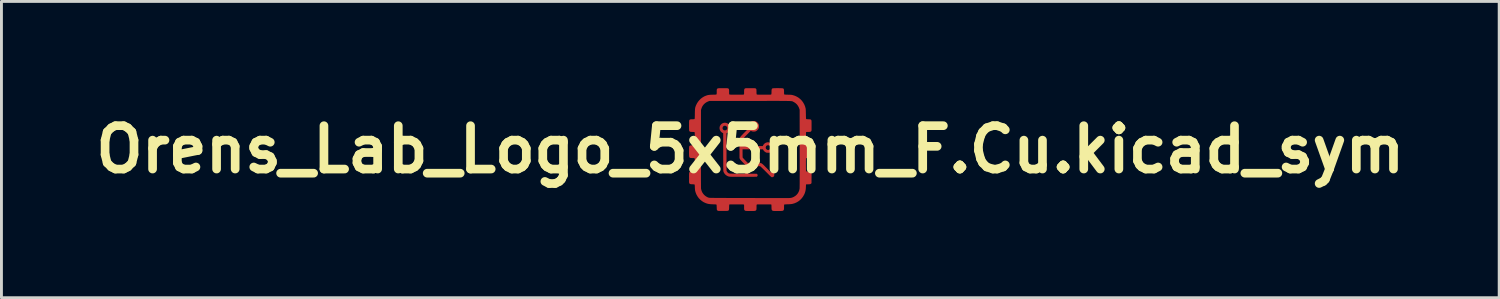
<source format=kicad_pcb>
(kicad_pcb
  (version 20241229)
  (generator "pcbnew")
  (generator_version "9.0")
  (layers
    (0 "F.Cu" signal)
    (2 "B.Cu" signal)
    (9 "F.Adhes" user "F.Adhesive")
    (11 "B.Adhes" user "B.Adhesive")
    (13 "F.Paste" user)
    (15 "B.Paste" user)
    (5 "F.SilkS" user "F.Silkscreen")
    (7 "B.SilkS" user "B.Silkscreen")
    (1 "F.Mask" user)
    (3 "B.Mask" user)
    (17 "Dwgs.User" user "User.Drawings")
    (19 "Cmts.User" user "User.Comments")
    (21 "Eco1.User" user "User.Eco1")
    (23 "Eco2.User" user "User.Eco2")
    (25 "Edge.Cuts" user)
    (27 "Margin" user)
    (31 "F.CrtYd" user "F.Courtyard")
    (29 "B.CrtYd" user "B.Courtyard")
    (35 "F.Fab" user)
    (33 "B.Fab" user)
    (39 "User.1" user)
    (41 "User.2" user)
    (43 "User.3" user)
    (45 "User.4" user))
  (footprint "Orens_Lab_Logo_5x5mm_F.Cu.kicad_sym"
    (layer "F.Cu")
    (at 22.907 2.12)
    (property "Reference" "Orens_Lab_Logo_5x5mm_F.Cu.kicad_sym" (at 0 0 0) (layer "F.SilkS") (effects (font (size 1.5 1.5) (thickness 0.3))))
    (attr board_only exclude_from_pos_files exclude_from_bom)
    (fp_poly (pts (xy 0.14 -0.984) (xy 0.157 -0.982) (xy 0.17 -0.979) (xy 0.184 -0.974) (xy 0.196 -0.968) (xy 0.231 -0.946) (xy 0.261 -0.916) (xy 0.284 -0.882) (xy 0.287 -0.875) (xy 0.294 -0.86) (xy 0.298 -0.846) (xy 0.3 -0.83) (xy 0.3 -0.809) (xy 0.3 -0.801) (xy 0.3 -0.777) (xy 0.298 -0.76) (xy 0.295 -0.746) (xy 0.289 -0.731) (xy 0.286 -0.724) (xy 0.267 -0.693) (xy 0.241 -0.665) (xy 0.211 -0.641) (xy 0.192 -0.631) (xy 0.176 -0.624) (xy 0.162 -0.62) (xy 0.145 -0.619) (xy 0.122 -0.618) (xy 0.12 -0.618) (xy 0.095 -0.619) (xy 0.076 -0.621) (xy 0.059 -0.626) (xy 0.045 -0.631) (xy 0.014 -0.644) (xy -0.121 -0.507) (xy -0.156 -0.472) (xy -0.186 -0.441) (xy -0.212 -0.413) (xy -0.234 -0.39) (xy -0.249 -0.372) (xy -0.259 -0.36) (xy -0.262 -0.355) (xy -0.265 -0.343) (xy -0.266 -0.322) (xy -0.268 -0.291) (xy -0.268 -0.251) (xy -0.268 -0.228) (xy -0.269 -0.117) (xy 0.082 -0.117) (xy 0.432 -0.117) (xy 0.441 -0.139) (xy 0.456 -0.166) (xy 0.478 -0.191) (xy 0.504 -0.214) (xy 0.531 -0.23) (xy 0.568 -0.243) (xy 0.608 -0.249) (xy 0.647 -0.246) (xy 0.666 -0.242) (xy 0.7 -0.227) (xy 0.732 -0.204) (xy 0.759 -0.175) (xy 0.78 -0.14) (xy 0.794 -0.103) (xy 0.799 -0.064) (xy 0.795 -0.026) (xy 0.782 0.01) (xy 0.762 0.043) (xy 0.735 0.072) (xy 0.701 0.096) (xy 0.69 0.102) (xy 0.675 0.108) (xy 0.662 0.112) (xy 0.647 0.114) (xy 0.626 0.115) (xy 0.613 0.115) (xy 0.589 0.114) (xy 0.572 0.113) (xy 0.559 0.111) (xy 0.546 0.106) (xy 0.535 0.1) (xy 0.51 0.085) (xy 0.485 0.065) (xy 0.464 0.042) (xy 0.449 0.02) (xy 0.447 0.016) (xy 0.438 -0.005) (xy 0.084 -0.005) (xy -0.269 -0.005) (xy -0.268 0.136) (xy -0.266 0.277) (xy -0.252 0.295) (xy -0.245 0.304) (xy -0.231 0.318) (xy -0.214 0.337) (xy -0.193 0.359) (xy -0.171 0.382) (xy -0.165 0.388) (xy -0.092 0.463) (xy 0.128 0.465) (xy 0.183 0.466) (xy 0.229 0.466) (xy 0.267 0.467) (xy 0.298 0.468) (xy 0.323 0.469) (xy 0.343 0.471) (xy 0.359 0.473) (xy 0.373 0.476) (xy 0.383 0.48) (xy 0.393 0.485) (xy 0.403 0.491) (xy 0.413 0.498) (xy 0.418 0.501) (xy 0.426 0.509) (xy 0.441 0.522) (xy 0.461 0.541) (xy 0.485 0.564) (xy 0.511 0.591) (xy 0.54 0.62) (xy 0.571 0.651) (xy 0.576 0.657) (xy 0.606 0.687) (xy 0.634 0.715) (xy 0.659 0.74) (xy 0.68 0.762) (xy 0.697 0.778) (xy 0.71 0.79) (xy 0.716 0.795) (xy 0.717 0.795) (xy 0.718 0.794) (xy 0.72 0.787) (xy 0.721 0.775) (xy 0.722 0.756) (xy 0.722 0.731) (xy 0.723 0.697) (xy 0.723 0.655) (xy 0.723 0.649) (xy 0.723 0.604) (xy 0.723 0.567) (xy 0.724 0.538) (xy 0.725 0.516) (xy 0.727 0.5) (xy 0.73 0.488) (xy 0.735 0.48) (xy 0.74 0.475) (xy 0.748 0.471) (xy 0.756 0.468) (xy 0.779 0.466) (xy 0.8 0.471) (xy 0.817 0.484) (xy 0.821 0.49) (xy 0.823 0.494) (xy 0.825 0.499) (xy 0.827 0.506) (xy 0.828 0.516) (xy 0.829 0.529) (xy 0.829 0.547) (xy 0.83 0.571) (xy 0.83 0.601) (xy 0.83 0.638) (xy 0.83 0.684) (xy 0.83 0.705) (xy 0.83 0.756) (xy 0.83 0.798) (xy 0.83 0.832) (xy 0.829 0.859) (xy 0.828 0.88) (xy 0.828 0.895) (xy 0.826 0.906) (xy 0.825 0.914) (xy 0.823 0.92) (xy 0.823 0.92) (xy 0.81 0.938) (xy 0.791 0.951) (xy 0.769 0.959) (xy 0.747 0.96) (xy 0.728 0.955) (xy 0.725 0.953) (xy 0.719 0.948) (xy 0.707 0.937) (xy 0.689 0.92) (xy 0.666 0.898) (xy 0.64 0.872) (xy 0.61 0.842) (xy 0.578 0.81) (xy 0.543 0.775) (xy 0.535 0.767) (xy 0.498 0.73) (xy 0.464 0.696) (xy 0.433 0.666) (xy 0.405 0.639) (xy 0.382 0.617) (xy 0.363 0.6) (xy 0.35 0.588) (xy 0.343 0.583) (xy 0.343 0.583) (xy 0.337 0.581) (xy 0.328 0.58) (xy 0.314 0.579) (xy 0.295 0.578) (xy 0.27 0.577) (xy 0.239 0.577) (xy 0.199 0.576) (xy 0.151 0.576) (xy 0.122 0.576) (xy -0.083 0.576) (xy -0.082 0.707) (xy -0.081 0.838) (xy 0.072 0.84) (xy 0.225 0.842) (xy 0.24 0.858) (xy 0.252 0.878) (xy 0.254 0.899) (xy 0.247 0.919) (xy 0.24 0.929) (xy 0.225 0.945) (xy -0.234 0.946) (xy -0.315 0.947) (xy -0.386 0.947) (xy -0.45 0.947) (xy -0.505 0.947) (xy -0.553 0.947) (xy -0.594 0.946) (xy -0.63 0.946) (xy -0.66 0.945) (xy -0.685 0.944) (xy -0.706 0.942) (xy -0.723 0.94) (xy -0.738 0.938) (xy -0.751 0.935) (xy -0.762 0.932) (xy -0.771 0.929) (xy -0.781 0.924) (xy -0.791 0.92) (xy -0.801 0.915) (xy -0.84 0.89) (xy -0.874 0.86) (xy -0.901 0.824) (xy -0.922 0.785) (xy -0.933 0.748) (xy -0.934 0.739) (xy -0.934 0.72) (xy -0.935 0.692) (xy -0.935 0.655) (xy -0.936 0.609) (xy -0.936 0.554) (xy -0.937 0.491) (xy -0.937 0.419) (xy -0.937 0.34) (xy -0.938 0.252) (xy -0.938 0.157) (xy -0.938 0.08) (xy -0.938 -0.561) (xy -0.963 -0.574) (xy -0.997 -0.597) (xy -1.025 -0.625) (xy -1.046 -0.659) (xy -1.059 -0.695) (xy -1.065 -0.734) (xy -1.064 -0.743) (xy -0.96 -0.743) (xy -0.958 -0.717) (xy -0.948 -0.694) (xy -0.931 -0.675) (xy -0.916 -0.666) (xy -0.898 -0.661) (xy -0.876 -0.661) (xy -0.854 -0.663) (xy -0.836 -0.669) (xy -0.831 -0.672) (xy -0.815 -0.689) (xy -0.804 -0.71) (xy -0.798 -0.733) (xy -0.798 -0.746) (xy -0.804 -0.772) (xy -0.818 -0.792) (xy -0.836 -0.807) (xy -0.857 -0.817) (xy -0.88 -0.82) (xy -0.903 -0.817) (xy -0.924 -0.808) (xy -0.942 -0.792) (xy -0.955 -0.769) (xy -0.96 -0.743) (xy -1.064 -0.743) (xy -1.062 -0.773) (xy -1.051 -0.812) (xy -1.047 -0.819) (xy -1.025 -0.854) (xy -0.998 -0.882) (xy -0.966 -0.903) (xy -0.932 -0.917) (xy -0.896 -0.924) (xy -0.859 -0.923) (xy -0.823 -0.916) (xy -0.789 -0.901) (xy -0.758 -0.88) (xy -0.732 -0.851) (xy -0.713 -0.819) (xy -0.699 -0.779) (xy -0.695 -0.739) (xy -0.699 -0.699) (xy -0.711 -0.662) (xy -0.731 -0.628) (xy -0.759 -0.599) (xy -0.793 -0.575) (xy -0.805 -0.569) (xy -0.825 -0.56) (xy -0.824 0.087) (xy -0.823 0.735) (xy -0.812 0.758) (xy -0.795 0.785) (xy -0.772 0.808) (xy -0.746 0.825) (xy -0.736 0.829) (xy -0.73 0.831) (xy -0.723 0.832) (xy -0.714 0.834) (xy -0.702 0.835) (xy -0.688 0.836) (xy -0.669 0.836) (xy -0.645 0.837) (xy -0.615 0.837) (xy -0.578 0.837) (xy -0.533 0.837) (xy -0.48 0.838) (xy -0.449 0.838) (xy -0.188 0.838) (xy -0.187 0.679) (xy -0.185 0.521) (xy -0.266 0.44) (xy -0.294 0.411) (xy -0.315 0.389) (xy -0.332 0.371) (xy -0.344 0.356) (xy -0.353 0.343) (xy -0.359 0.332) (xy -0.36 0.33) (xy -0.374 0.3) (xy -0.374 -0.037) (xy -0.374 -0.06) (xy 0.533 -0.06) (xy 0.538 -0.035) (xy 0.552 -0.013) (xy 0.573 0.005) (xy 0.583 0.01) (xy 0.603 0.018) (xy 0.62 0.019) (xy 0.638 0.015) (xy 0.64 0.014) (xy 0.664 0.001) (xy 0.682 -0.018) (xy 0.693 -0.041) (xy 0.696 -0.066) (xy 0.692 -0.092) (xy 0.685 -0.108) (xy 0.669 -0.127) (xy 0.647 -0.14) (xy 0.623 -0.145) (xy 0.598 -0.144) (xy 0.575 -0.137) (xy 0.555 -0.122) (xy 0.548 -0.113) (xy 0.536 -0.087) (xy 0.533 -0.06) (xy -0.374 -0.06) (xy -0.374 -0.374) (xy -0.355 -0.412) (xy -0.35 -0.422) (xy -0.344 -0.432) (xy -0.337 -0.442) (xy -0.329 -0.453) (xy -0.318 -0.466) (xy -0.303 -0.482) (xy -0.285 -0.501) (xy -0.262 -0.525) (xy -0.233 -0.555) (xy -0.201 -0.587) (xy -0.066 -0.724) (xy -0.066 -0.786) (xy -0.066 -0.802) (xy 0.035 -0.802) (xy 0.039 -0.777) (xy 0.052 -0.753) (xy 0.057 -0.747) (xy 0.07 -0.735) (xy 0.084 -0.725) (xy 0.09 -0.723) (xy 0.113 -0.72) (xy 0.139 -0.723) (xy 0.163 -0.732) (xy 0.167 -0.735) (xy 0.184 -0.752) (xy 0.195 -0.773) (xy 0.199 -0.797) (xy 0.196 -0.822) (xy 0.187 -0.845) (xy 0.172 -0.863) (xy 0.154 -0.875) (xy 0.126 -0.883) (xy 0.1 -0.882) (xy 0.076 -0.872) (xy 0.056 -0.853) (xy 0.041 -0.828) (xy 0.035 -0.802) (xy -0.066 -0.802) (xy -0.066 -0.812) (xy -0.065 -0.831) (xy -0.063 -0.845) (xy -0.06 -0.857) (xy -0.056 -0.868) (xy -0.053 -0.875) (xy -0.031 -0.91) (xy -0.002 -0.941) (xy 0.032 -0.965) (xy 0.038 -0.968) (xy 0.055 -0.976) (xy 0.068 -0.98) (xy 0.082 -0.983) (xy 0.1 -0.984) (xy 0.117 -0.984)) (stroke (width 0) (type solid)) (fill yes) (layer "F.Cu"))
    (fp_poly (pts (xy 0.995 -2.12) (xy 1.031 -2.119) (xy 1.064 -2.118) (xy 1.092 -2.117) (xy 1.114 -2.115) (xy 1.129 -2.113) (xy 1.134 -2.112) (xy 1.145 -2.104) (xy 1.154 -2.094) (xy 1.16 -2.079) (xy 1.164 -2.059) (xy 1.166 -2.032) (xy 1.167 -1.997) (xy 1.167 -1.987) (xy 1.167 -1.958) (xy 1.168 -1.937) (xy 1.168 -1.923) (xy 1.17 -1.914) (xy 1.172 -1.908) (xy 1.175 -1.905) (xy 1.178 -1.903) (xy 1.184 -1.9) (xy 1.195 -1.898) (xy 1.211 -1.897) (xy 1.233 -1.896) (xy 1.263 -1.894) (xy 1.301 -1.894) (xy 1.306 -1.893) (xy 1.345 -1.893) (xy 1.375 -1.892) (xy 1.399 -1.891) (xy 1.418 -1.889) (xy 1.435 -1.887) (xy 1.45 -1.884) (xy 1.466 -1.88) (xy 1.472 -1.879) (xy 1.546 -1.855) (xy 1.614 -1.823) (xy 1.677 -1.784) (xy 1.734 -1.737) (xy 1.785 -1.684) (xy 1.828 -1.624) (xy 1.865 -1.559) (xy 1.894 -1.489) (xy 1.913 -1.419) (xy 1.915 -1.405) (xy 1.917 -1.385) (xy 1.919 -1.36) (xy 1.92 -1.327) (xy 1.921 -1.287) (xy 1.922 -1.238) (xy 1.923 -1.222) (xy 1.923 -1.178) (xy 1.924 -1.142) (xy 1.925 -1.114) (xy 1.926 -1.092) (xy 1.927 -1.077) (xy 1.928 -1.066) (xy 1.93 -1.059) (xy 1.932 -1.055) (xy 1.933 -1.053) (xy 1.939 -1.05) (xy 1.951 -1.048) (xy 1.969 -1.046) (xy 1.995 -1.045) (xy 2.01 -1.044) (xy 2.038 -1.043) (xy 2.059 -1.042) (xy 2.073 -1.04) (xy 2.083 -1.038) (xy 2.09 -1.034) (xy 2.092 -1.033) (xy 2.099 -1.028) (xy 2.104 -1.023) (xy 2.109 -1.017) (xy 2.113 -1.009) (xy 2.115 -0.997) (xy 2.117 -0.981) (xy 2.118 -0.96) (xy 2.119 -0.933) (xy 2.119 -0.899) (xy 2.119 -0.857) (xy 2.119 -0.824) (xy 2.119 -0.778) (xy 2.119 -0.741) (xy 2.119 -0.712) (xy 2.119 -0.689) (xy 2.118 -0.672) (xy 2.117 -0.659) (xy 2.116 -0.65) (xy 2.114 -0.644) (xy 2.112 -0.639) (xy 2.11 -0.637) (xy 2.102 -0.625) (xy 2.091 -0.617) (xy 2.076 -0.611) (xy 2.056 -0.608) (xy 2.03 -0.606) (xy 2.001 -0.606) (xy 1.974 -0.605) (xy 1.955 -0.605) (xy 1.943 -0.604) (xy 1.935 -0.602) (xy 1.931 -0.599) (xy 1.929 -0.596) (xy 1.928 -0.589) (xy 1.927 -0.572) (xy 1.926 -0.545) (xy 1.925 -0.51) (xy 1.925 -0.466) (xy 1.924 -0.414) (xy 1.924 -0.369) (xy 1.924 -0.317) (xy 1.924 -0.275) (xy 1.924 -0.24) (xy 1.925 -0.212) (xy 1.925 -0.191) (xy 1.926 -0.175) (xy 1.927 -0.164) (xy 1.928 -0.156) (xy 1.929 -0.151) (xy 1.931 -0.148) (xy 1.933 -0.147) (xy 1.934 -0.147) (xy 1.942 -0.145) (xy 1.958 -0.143) (xy 1.979 -0.142) (xy 2.003 -0.142) (xy 2.003 -0.142) (xy 2.031 -0.141) (xy 2.051 -0.14) (xy 2.066 -0.138) (xy 2.078 -0.134) (xy 2.084 -0.132) (xy 2.093 -0.128) (xy 2.1 -0.124) (xy 2.106 -0.118) (xy 2.11 -0.111) (xy 2.114 -0.1) (xy 2.116 -0.085) (xy 2.118 -0.066) (xy 2.119 -0.04) (xy 2.119 -0.008) (xy 2.119 0.032) (xy 2.119 0.079) (xy 2.119 0.125) (xy 2.119 0.162) (xy 2.119 0.191) (xy 2.119 0.214) (xy 2.118 0.231) (xy 2.117 0.243) (xy 2.116 0.252) (xy 2.114 0.259) (xy 2.112 0.264) (xy 2.11 0.268) (xy 2.101 0.279) (xy 2.091 0.287) (xy 2.076 0.292) (xy 2.057 0.296) (xy 2.031 0.298) (xy 2.001 0.298) (xy 1.969 0.298) (xy 1.947 0.3) (xy 1.934 0.302) (xy 1.93 0.304) (xy 1.928 0.31) (xy 1.927 0.325) (xy 1.926 0.347) (xy 1.925 0.376) (xy 1.924 0.409) (xy 1.924 0.446) (xy 1.924 0.485) (xy 1.924 0.526) (xy 1.924 0.567) (xy 1.924 0.607) (xy 1.925 0.644) (xy 1.925 0.679) (xy 1.926 0.708) (xy 1.928 0.731) (xy 1.929 0.748) (xy 1.93 0.756) (xy 1.931 0.756) (xy 1.938 0.759) (xy 1.954 0.761) (xy 1.976 0.763) (xy 2.002 0.765) (xy 2.008 0.765) (xy 2.04 0.767) (xy 2.066 0.769) (xy 2.084 0.772) (xy 2.091 0.775) (xy 2.098 0.779) (xy 2.104 0.783) (xy 2.109 0.789) (xy 2.112 0.797) (xy 2.115 0.808) (xy 2.117 0.824) (xy 2.118 0.845) (xy 2.119 0.872) (xy 2.119 0.906) (xy 2.119 0.948) (xy 2.118 0.989) (xy 2.117 1.167) (xy 2.102 1.182) (xy 2.091 1.191) (xy 2.078 1.198) (xy 2.061 1.202) (xy 2.039 1.205) (xy 2.009 1.206) (xy 1.992 1.206) (xy 1.963 1.207) (xy 1.942 1.208) (xy 1.931 1.211) (xy 1.93 1.212) (xy 1.927 1.22) (xy 1.925 1.238) (xy 1.924 1.264) (xy 1.924 1.27) (xy 1.921 1.343) (xy 1.913 1.41) (xy 1.898 1.472) (xy 1.877 1.531) (xy 1.863 1.561) (xy 1.825 1.628) (xy 1.78 1.689) (xy 1.729 1.742) (xy 1.672 1.789) (xy 1.609 1.827) (xy 1.541 1.858) (xy 1.469 1.88) (xy 1.447 1.885) (xy 1.421 1.889) (xy 1.39 1.892) (xy 1.352 1.895) (xy 1.306 1.897) (xy 1.289 1.897) (xy 1.257 1.899) (xy 1.227 1.9) (xy 1.203 1.902) (xy 1.185 1.903) (xy 1.175 1.905) (xy 1.173 1.906) (xy 1.171 1.911) (xy 1.169 1.923) (xy 1.168 1.942) (xy 1.167 1.97) (xy 1.167 1.989) (xy 1.167 2.027) (xy 1.165 2.055) (xy 1.162 2.077) (xy 1.157 2.093) (xy 1.149 2.105) (xy 1.139 2.113) (xy 1.127 2.12) (xy 1.121 2.122) (xy 1.113 2.124) (xy 1.105 2.126) (xy 1.093 2.127) (xy 1.076 2.128) (xy 1.055 2.129) (xy 1.027 2.129) (xy 0.992 2.129) (xy 0.95 2.129) (xy 0.906 2.129) (xy 0.871 2.129) (xy 0.844 2.129) (xy 0.823 2.128) (xy 0.807 2.127) (xy 0.795 2.126) (xy 0.786 2.124) (xy 0.779 2.122) (xy 0.773 2.12) (xy 0.759 2.112) (xy 0.749 2.103) (xy 0.742 2.09) (xy 0.737 2.073) (xy 0.734 2.049) (xy 0.733 2.019) (xy 0.733 1.993) (xy 0.732 1.966) (xy 0.731 1.942) (xy 0.73 1.923) (xy 0.728 1.911) (xy 0.727 1.909) (xy 0.726 1.907) (xy 0.724 1.905) (xy 0.72 1.904) (xy 0.713 1.903) (xy 0.703 1.902) (xy 0.689 1.901) (xy 0.669 1.9) (xy 0.644 1.9) (xy 0.613 1.9) (xy 0.574 1.9) (xy 0.526 1.9) (xy 0.477 1.9) (xy 0.421 1.9) (xy 0.375 1.9) (xy 0.337 1.9) (xy 0.305 1.9) (xy 0.281 1.901) (xy 0.262 1.901) (xy 0.248 1.902) (xy 0.238 1.903) (xy 0.231 1.904) (xy 0.227 1.906) (xy 0.224 1.908) (xy 0.223 1.909) (xy 0.22 1.913) (xy 0.218 1.921) (xy 0.216 1.932) (xy 0.215 1.95) (xy 0.215 1.974) (xy 0.215 1.997) (xy 0.215 2.032) (xy 0.213 2.059) (xy 0.211 2.079) (xy 0.207 2.094) (xy 0.2 2.104) (xy 0.191 2.112) (xy 0.179 2.119) (xy 0.179 2.119) (xy 0.173 2.122) (xy 0.166 2.124) (xy 0.158 2.126) (xy 0.147 2.127) (xy 0.132 2.128) (xy 0.112 2.129) (xy 0.086 2.129) (xy 0.053 2.129) (xy 0.012 2.129) (xy -0.000321 2.129) (xy -0.047 2.129) (xy -0.085 2.129) (xy -0.116 2.128) (xy -0.14 2.127) (xy -0.158 2.125) (xy -0.172 2.122) (xy -0.182 2.118) (xy -0.19 2.113) (xy -0.196 2.106) (xy -0.202 2.098) (xy -0.204 2.096) (xy -0.208 2.089) (xy -0.211 2.082) (xy -0.213 2.073) (xy -0.214 2.06) (xy -0.215 2.042) (xy -0.215 2.016) (xy -0.215 1.997) (xy -0.215 1.967) (xy -0.215 1.945) (xy -0.216 1.929) (xy -0.218 1.919) (xy -0.22 1.913) (xy -0.223 1.909) (xy -0.224 1.908) (xy -0.227 1.906) (xy -0.231 1.904) (xy -0.238 1.903) (xy -0.248 1.902) (xy -0.262 1.901) (xy -0.281 1.901) (xy -0.306 1.9) (xy -0.338 1.9) (xy -0.376 1.9) (xy -0.423 1.9) (xy -0.477 1.9) (xy -0.535 1.9) (xy -0.584 1.9) (xy -0.625 1.9) (xy -0.657 1.901) (xy -0.683 1.901) (xy -0.702 1.902) (xy -0.715 1.903) (xy -0.723 1.904) (xy -0.727 1.906) (xy -0.727 1.906) (xy -0.729 1.913) (xy -0.73 1.928) (xy -0.732 1.95) (xy -0.733 1.977) (xy -0.733 1.998) (xy -0.734 2.032) (xy -0.736 2.058) (xy -0.738 2.077) (xy -0.741 2.091) (xy -0.746 2.102) (xy -0.754 2.11) (xy -0.763 2.117) (xy -0.765 2.118) (xy -0.77 2.121) (xy -0.776 2.122) (xy -0.784 2.124) (xy -0.796 2.125) (xy -0.813 2.126) (xy -0.835 2.127) (xy -0.865 2.127) (xy -0.901 2.128) (xy -0.942 2.128) (xy -0.989 2.128) (xy -1.027 2.128) (xy -1.057 2.128) (xy -1.081 2.127) (xy -1.098 2.126) (xy -1.11 2.125) (xy -1.118 2.124) (xy -1.121 2.123) (xy -1.135 2.114) (xy -1.147 2.103) (xy -1.148 2.103) (xy -1.152 2.098) (xy -1.155 2.092) (xy -1.158 2.085) (xy -1.159 2.074) (xy -1.16 2.058) (xy -1.161 2.035) (xy -1.162 2.005) (xy -1.162 2.003) (xy -1.164 1.966) (xy -1.165 1.938) (xy -1.168 1.919) (xy -1.17 1.91) (xy -1.171 1.909) (xy -1.175 1.906) (xy -1.182 1.904) (xy -1.194 1.902) (xy -1.212 1.901) (xy -1.237 1.9) (xy -1.271 1.898) (xy -1.288 1.898) (xy -1.34 1.896) (xy -1.384 1.893) (xy -1.422 1.888) (xy -1.456 1.883) (xy -1.488 1.875) (xy -1.519 1.865) (xy -1.546 1.855) (xy -1.614 1.824) (xy -1.676 1.784) (xy -1.733 1.737) (xy -1.784 1.684) (xy -1.827 1.624) (xy -1.864 1.559) (xy -1.892 1.489) (xy -1.903 1.45) (xy -1.908 1.431) (xy -1.912 1.411) (xy -1.914 1.389) (xy -1.916 1.363) (xy -1.918 1.331) (xy -1.919 1.313) (xy -1.92 1.275) (xy -1.922 1.247) (xy -1.924 1.227) (xy -1.927 1.217) (xy -1.928 1.215) (xy -1.933 1.212) (xy -1.942 1.209) (xy -1.958 1.207) (xy -1.98 1.206) (xy -2.001 1.205) (xy -2.034 1.204) (xy -2.059 1.201) (xy -2.078 1.197) (xy -2.092 1.191) (xy -2.102 1.182) (xy -2.11 1.171) (xy -2.112 1.166) (xy -2.115 1.161) (xy -2.116 1.153) (xy -2.117 1.143) (xy -2.118 1.129) (xy -2.119 1.11) (xy -2.119 1.085) (xy -2.119 1.052) (xy -2.119 1.012) (xy -2.119 0.985) (xy -2.12 0.933) (xy -2.119 0.891) (xy -2.119 0.857) (xy -2.117 0.829) (xy -2.114 0.808) (xy -2.108 0.793) (xy -2.101 0.782) (xy -2.09 0.775) (xy -2.077 0.771) (xy -2.06 0.769) (xy -2.038 0.768) (xy -2.013 0.767) (xy -2.01 0.767) (xy -1.982 0.766) (xy -1.962 0.765) (xy -1.949 0.763) (xy -1.94 0.761) (xy -1.934 0.758) (xy -1.93 0.754) (xy -1.929 0.753) (xy -1.926 0.75) (xy -1.924 0.745) (xy -1.923 0.739) (xy -1.922 0.731) (xy -1.921 0.718) (xy -1.92 0.701) (xy -1.92 0.679) (xy -1.92 0.65) (xy -1.919 0.614) (xy -1.919 0.57) (xy -1.919 0.536) (xy -1.708 0.536) (xy -1.708 0.652) (xy -1.708 0.758) (xy -1.708 0.855) (xy -1.708 0.944) (xy -1.708 1.023) (xy -1.708 1.094) (xy -1.707 1.156) (xy -1.707 1.21) (xy -1.707 1.255) (xy -1.706 1.292) (xy -1.706 1.321) (xy -1.705 1.342) (xy -1.705 1.355) (xy -1.704 1.36) (xy -1.69 1.419) (xy -1.668 1.475) (xy -1.637 1.525) (xy -1.599 1.571) (xy -1.554 1.61) (xy -1.503 1.642) (xy -1.496 1.646) (xy -1.475 1.655) (xy -1.453 1.664) (xy -1.441 1.668) (xy -1.438 1.669) (xy -1.434 1.67) (xy -1.43 1.671) (xy -1.424 1.672) (xy -1.417 1.672) (xy -1.408 1.673) (xy -1.396 1.674) (xy -1.382 1.674) (xy -1.365 1.675) (xy -1.345 1.675) (xy -1.321 1.676) (xy -1.293 1.676) (xy -1.261 1.676) (xy -1.224 1.677) (xy -1.182 1.677) (xy -1.134 1.677) (xy -1.081 1.678) (xy -1.022 1.678) (xy -0.956 1.678) (xy -0.884 1.678) (xy -0.805 1.679) (xy -0.718 1.679) (xy -0.623 1.679) (xy -0.521 1.679) (xy -0.409 1.679) (xy -0.289 1.68) (xy -0.16 1.68) (xy -0.051 1.68) (xy 0.064 1.68) (xy 0.176 1.681) (xy 0.286 1.681) (xy 0.393 1.681) (xy 0.496 1.681) (xy 0.595 1.681) (xy 0.689 1.681) (xy 0.779 1.681) (xy 0.864 1.682) (xy 0.942 1.682) (xy 1.015 1.682) (xy 1.082 1.682) (xy 1.142 1.682) (xy 1.194 1.682) (xy 1.239 1.682) (xy 1.276 1.682) (xy 1.304 1.682) (xy 1.324 1.682) (xy 1.334 1.682) (xy 1.336 1.682) (xy 1.355 1.68) (xy 1.377 1.679) (xy 1.391 1.677) (xy 1.423 1.672) (xy 1.456 1.662) (xy 1.493 1.646) (xy 1.507 1.639) (xy 1.557 1.608) (xy 1.601 1.57) (xy 1.639 1.525) (xy 1.669 1.475) (xy 1.691 1.42) (xy 1.704 1.362) (xy 1.705 1.355) (xy 1.705 1.343) (xy 1.706 1.325) (xy 1.706 1.3) (xy 1.707 1.27) (xy 1.707 1.233) (xy 1.708 1.19) (xy 1.708 1.139) (xy 1.708 1.082) (xy 1.708 1.017) (xy 1.708 0.944) (xy 1.709 0.864) (xy 1.709 0.775) (xy 1.709 0.679) (xy 1.709 0.573) (xy 1.709 0.459) (xy 1.709 0.336) (xy 1.709 0.204) (xy 1.708 0.063) (xy 1.708 -0.022) (xy 1.707 -1.37) (xy 1.696 -1.406) (xy 1.673 -1.465) (xy 1.642 -1.518) (xy 1.605 -1.565) (xy 1.56 -1.605) (xy 1.509 -1.638) (xy 1.498 -1.643) (xy 1.491 -1.647) (xy 1.485 -1.65) (xy 1.48 -1.653) (xy 1.475 -1.656) (xy 1.47 -1.659) (xy 1.464 -1.661) (xy 1.457 -1.664) (xy 1.45 -1.666) (xy 1.44 -1.668) (xy 1.43 -1.67) (xy 1.416 -1.671) (xy 1.401 -1.672) (xy 1.382 -1.674) (xy 1.361 -1.675) (xy 1.336 -1.676) (xy 1.307 -1.677) (xy 1.274 -1.677) (xy 1.236 -1.678) (xy 1.193 -1.678) (xy 1.145 -1.679) (xy 1.092 -1.679) (xy 1.033 -1.679) (xy 0.967 -1.68) (xy 0.895 -1.68) (xy 0.816 -1.68) (xy 0.73 -1.68) (xy 0.637 -1.68) (xy 0.535 -1.679) (xy 0.425 -1.679) (xy 0.306 -1.679) (xy 0.179 -1.679) (xy 0.042 -1.679) (xy -0.015 -1.679) (xy -1.414 -1.678) (xy -1.445 -1.666) (xy -1.503 -1.641) (xy -1.554 -1.609) (xy -1.598 -1.571) (xy -1.622 -1.544) (xy -1.647 -1.51) (xy -1.667 -1.476) (xy -1.683 -1.439) (xy -1.693 -1.408) (xy -1.707 -1.365) (xy -1.708 -0.02) (xy -1.708 0.134) (xy -1.708 0.278) (xy -1.708 0.412) (xy -1.708 0.536) (xy -1.919 0.536) (xy -1.919 0.533) (xy -1.919 0.479) (xy -1.92 0.433) (xy -1.92 0.396) (xy -1.921 0.367) (xy -1.922 0.345) (xy -1.923 0.329) (xy -1.924 0.318) (xy -1.926 0.313) (xy -1.926 0.313) (xy -1.928 0.308) (xy -1.932 0.304) (xy -1.938 0.302) (xy -1.949 0.3) (xy -1.965 0.299) (xy -1.988 0.298) (xy -2.002 0.298) (xy -2.03 0.297) (xy -2.053 0.296) (xy -2.072 0.293) (xy -2.087 0.289) (xy -2.098 0.281) (xy -2.107 0.27) (xy -2.113 0.254) (xy -2.116 0.233) (xy -2.118 0.205) (xy -2.119 0.17) (xy -2.12 0.127) (xy -2.12 0.078) (xy -2.119 0.029) (xy -2.119 -0.01) (xy -2.119 -0.042) (xy -2.117 -0.068) (xy -2.116 -0.087) (xy -2.113 -0.101) (xy -2.109 -0.112) (xy -2.104 -0.119) (xy -2.098 -0.125) (xy -2.09 -0.129) (xy -2.083 -0.132) (xy -2.073 -0.136) (xy -2.06 -0.139) (xy -2.043 -0.141) (xy -2.02 -0.141) (xy -1.999 -0.142) (xy -1.973 -0.142) (xy -1.954 -0.142) (xy -1.942 -0.143) (xy -1.935 -0.145) (xy -1.93 -0.148) (xy -1.927 -0.153) (xy -1.926 -0.153) (xy -1.925 -0.157) (xy -1.923 -0.163) (xy -1.922 -0.171) (xy -1.921 -0.184) (xy -1.92 -0.2) (xy -1.92 -0.223) (xy -1.92 -0.251) (xy -1.92 -0.287) (xy -1.92 -0.331) (xy -1.92 -0.377) (xy -1.921 -0.431) (xy -1.921 -0.476) (xy -1.922 -0.512) (xy -1.923 -0.541) (xy -1.923 -0.563) (xy -1.925 -0.579) (xy -1.926 -0.59) (xy -1.927 -0.596) (xy -1.928 -0.597) (xy -1.933 -0.6) (xy -1.941 -0.603) (xy -1.955 -0.604) (xy -1.976 -0.605) (xy -2.004 -0.606) (xy -2.033 -0.607) (xy -2.053 -0.608) (xy -2.068 -0.61) (xy -2.079 -0.613) (xy -2.087 -0.617) (xy -2.089 -0.618) (xy -2.097 -0.623) (xy -2.103 -0.628) (xy -2.108 -0.634) (xy -2.112 -0.643) (xy -2.115 -0.655) (xy -2.117 -0.672) (xy -2.118 -0.693) (xy -2.119 -0.721) (xy -2.119 -0.756) (xy -2.12 -0.8) (xy -2.12 -0.825) (xy -2.119 -0.874) (xy -2.119 -0.914) (xy -2.119 -0.946) (xy -2.117 -0.971) (xy -2.116 -0.99) (xy -2.113 -1.005) (xy -2.109 -1.015) (xy -2.104 -1.023) (xy -2.098 -1.028) (xy -2.09 -1.033) (xy -2.083 -1.036) (xy -2.072 -1.04) (xy -2.059 -1.043) (xy -2.041 -1.044) (xy -2.017 -1.045) (xy -2.002 -1.045) (xy -1.973 -1.045) (xy -1.953 -1.047) (xy -1.939 -1.049) (xy -1.931 -1.052) (xy -1.931 -1.052) (xy -1.929 -1.054) (xy -1.927 -1.058) (xy -1.925 -1.063) (xy -1.924 -1.072) (xy -1.923 -1.085) (xy -1.922 -1.103) (xy -1.921 -1.127) (xy -1.92 -1.158) (xy -1.919 -1.198) (xy -1.919 -1.232) (xy -1.918 -1.282) (xy -1.917 -1.324) (xy -1.915 -1.359) (xy -1.914 -1.388) (xy -1.911 -1.413) (xy -1.908 -1.434) (xy -1.904 -1.454) (xy -1.898 -1.473) (xy -1.891 -1.493) (xy -1.883 -1.514) (xy -1.88 -1.522) (xy -1.849 -1.586) (xy -1.811 -1.647) (xy -1.765 -1.703) (xy -1.714 -1.754) (xy -1.657 -1.797) (xy -1.597 -1.833) (xy -1.561 -1.849) (xy -1.529 -1.861) (xy -1.501 -1.871) (xy -1.474 -1.879) (xy -1.447 -1.884) (xy -1.417 -1.888) (xy -1.383 -1.891) (xy -1.343 -1.893) (xy -1.302 -1.894) (xy -1.264 -1.894) (xy -1.235 -1.895) (xy -1.213 -1.896) (xy -1.197 -1.897) (xy -1.186 -1.899) (xy -1.179 -1.9) (xy -1.174 -1.903) (xy -1.172 -1.905) (xy -1.168 -1.91) (xy -1.166 -1.916) (xy -1.164 -1.925) (xy -1.163 -1.939) (xy -1.162 -1.959) (xy -1.162 -1.987) (xy -1.162 -1.994) (xy -1.162 -2.024) (xy -1.162 -2.046) (xy -1.161 -2.062) (xy -1.159 -2.072) (xy -1.157 -2.08) (xy -1.154 -2.087) (xy -1.151 -2.091) (xy -1.146 -2.098) (xy -1.141 -2.104) (xy -1.135 -2.109) (xy -1.127 -2.112) (xy -1.115 -2.115) (xy -1.1 -2.117) (xy -1.08 -2.118) (xy -1.053 -2.119) (xy -1.019 -2.119) (xy -0.978 -2.119) (xy -0.948 -2.119) (xy -0.9 -2.119) (xy -0.861 -2.119) (xy -0.83 -2.119) (xy -0.805 -2.118) (xy -0.786 -2.116) (xy -0.772 -2.113) (xy -0.762 -2.11) (xy -0.755 -2.105) (xy -0.75 -2.099) (xy -0.745 -2.091) (xy -0.742 -2.084) (xy -0.738 -2.074) (xy -0.736 -2.063) (xy -0.734 -2.049) (xy -0.733 -2.03) (xy -0.733 -2.004) (xy -0.733 -1.987) (xy -0.733 -1.958) (xy -0.732 -1.937) (xy -0.731 -1.923) (xy -0.73 -1.914) (xy -0.728 -1.908) (xy -0.724 -1.904) (xy -0.722 -1.902) (xy -0.718 -1.901) (xy -0.713 -1.899) (xy -0.704 -1.898) (xy -0.692 -1.897) (xy -0.675 -1.896) (xy -0.654 -1.896) (xy -0.625 -1.895) (xy -0.59 -1.895) (xy -0.547 -1.895) (xy -0.496 -1.895) (xy -0.471 -1.895) (xy -0.416 -1.895) (xy -0.37 -1.895) (xy -0.333 -1.895) (xy -0.302 -1.895) (xy -0.278 -1.896) (xy -0.26 -1.896) (xy -0.247 -1.897) (xy -0.237 -1.898) (xy -0.231 -1.899) (xy -0.226 -1.901) (xy -0.224 -1.903) (xy -0.223 -1.904) (xy -0.22 -1.909) (xy -0.218 -1.916) (xy -0.216 -1.928) (xy -0.215 -1.946) (xy -0.215 -1.971) (xy -0.215 -1.989) (xy -0.215 -2.025) (xy -0.213 -2.052) (xy -0.21 -2.072) (xy -0.206 -2.086) (xy -0.2 -2.097) (xy -0.191 -2.106) (xy -0.185 -2.11) (xy -0.18 -2.112) (xy -0.175 -2.114) (xy -0.167 -2.116) (xy -0.158 -2.117) (xy -0.144 -2.118) (xy -0.126 -2.119) (xy -0.101 -2.119) (xy -0.07 -2.119) (xy -0.03 -2.119) (xy 0 -2.119) (xy 0.047 -2.119) (xy 0.085 -2.119) (xy 0.116 -2.119) (xy 0.14 -2.118) (xy 0.158 -2.116) (xy 0.172 -2.114) (xy 0.182 -2.112) (xy 0.189 -2.108) (xy 0.195 -2.103) (xy 0.2 -2.097) (xy 0.202 -2.094) (xy 0.206 -2.088) (xy 0.209 -2.081) (xy 0.211 -2.071) (xy 0.212 -2.057) (xy 0.213 -2.038) (xy 0.214 -2.011) (xy 0.214 -1.996) (xy 0.214 -1.965) (xy 0.215 -1.943) (xy 0.216 -1.927) (xy 0.218 -1.917) (xy 0.22 -1.91) (xy 0.223 -1.906) (xy 0.225 -1.903) (xy 0.228 -1.901) (xy 0.232 -1.9) (xy 0.239 -1.898) (xy 0.248 -1.897) (xy 0.261 -1.897) (xy 0.279 -1.896) (xy 0.302 -1.895) (xy 0.332 -1.895) (xy 0.369 -1.895) (xy 0.413 -1.895) (xy 0.467 -1.895) (xy 0.476 -1.895) (xy 0.531 -1.895) (xy 0.577 -1.895) (xy 0.615 -1.895) (xy 0.645 -1.895) (xy 0.669 -1.896) (xy 0.688 -1.896) (xy 0.701 -1.897) (xy 0.711 -1.898) (xy 0.717 -1.9) (xy 0.721 -1.901) (xy 0.724 -1.903) (xy 0.724 -1.903) (xy 0.727 -1.909) (xy 0.729 -1.917) (xy 0.731 -1.931) (xy 0.732 -1.951) (xy 0.733 -1.98) (xy 0.733 -1.993) (xy 0.734 -2.028) (xy 0.736 -2.055) (xy 0.739 -2.075) (xy 0.744 -2.09) (xy 0.75 -2.1) (xy 0.759 -2.108) (xy 0.767 -2.112) (xy 0.776 -2.114) (xy 0.794 -2.116) (xy 0.818 -2.118) (xy 0.848 -2.119) (xy 0.883 -2.12) (xy 0.919 -2.12) (xy 0.957 -2.12)) (stroke (width 0) (type solid)) (fill yes) (layer "F.Cu")))
  (gr_rect
    (start -3 -3)
    (end 48.814 7.25)
    (stroke (width 0.1) (type default))
    (fill no)
    (layer "Edge.Cuts")))
</source>
